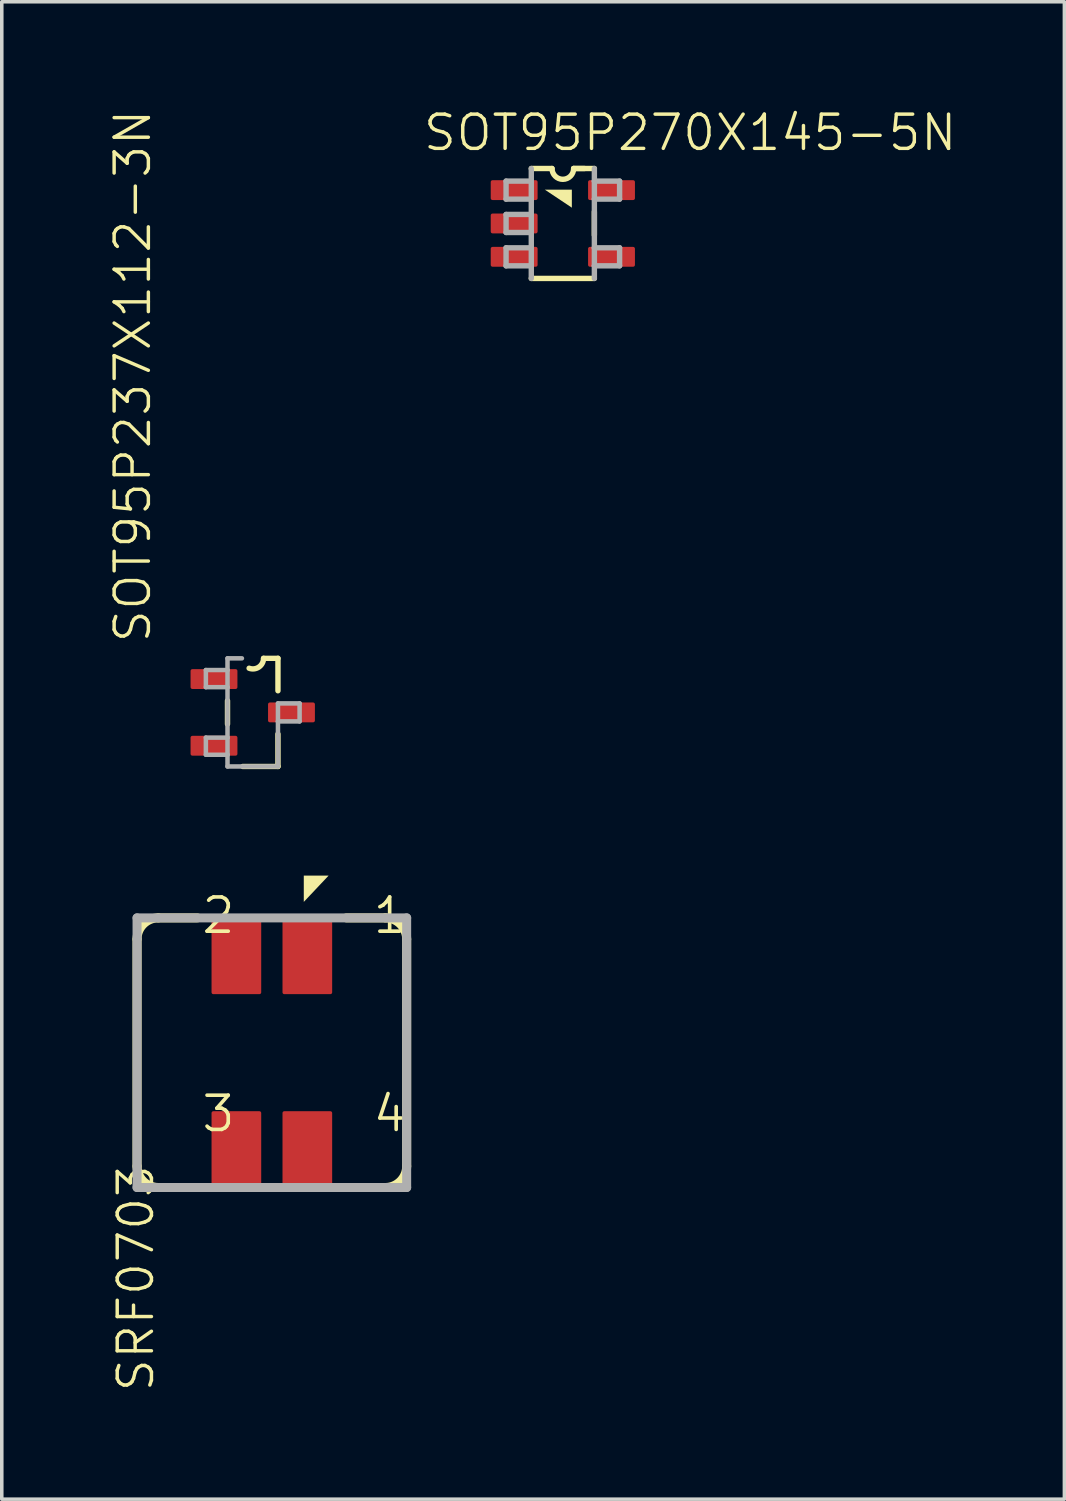
<source format=kicad_pcb>
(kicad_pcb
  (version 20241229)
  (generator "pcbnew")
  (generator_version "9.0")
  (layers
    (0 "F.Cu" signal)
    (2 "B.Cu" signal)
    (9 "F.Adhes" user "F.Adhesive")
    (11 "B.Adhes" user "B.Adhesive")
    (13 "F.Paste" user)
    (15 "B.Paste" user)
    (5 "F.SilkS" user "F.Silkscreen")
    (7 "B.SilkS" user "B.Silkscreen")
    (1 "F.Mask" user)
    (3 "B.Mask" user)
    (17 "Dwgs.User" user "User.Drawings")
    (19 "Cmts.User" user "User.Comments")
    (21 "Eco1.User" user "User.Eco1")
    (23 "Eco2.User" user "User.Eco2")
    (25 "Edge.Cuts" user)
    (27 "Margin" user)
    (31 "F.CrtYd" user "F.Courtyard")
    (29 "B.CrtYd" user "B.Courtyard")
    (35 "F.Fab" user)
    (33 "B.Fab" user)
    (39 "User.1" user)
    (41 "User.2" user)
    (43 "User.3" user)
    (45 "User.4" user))
  (footprint "SOT95P237X112-3N"
    (layer "F.Cu")
    (at 4.074 17.031)
    (property "Reference" "SOT95P237X112-3N" (at -2.819 -1.905 270) (layer "F.SilkS") (effects (font (size 0.965 0.965) (thickness 0.097)) (justify left bottom)))
    (attr through_hole)
    (fp_line (start -0.711 -0.33) (end -0.711 0.33) (stroke (width 0.152) (type solid)) (layer "F.SilkS"))
    (fp_line (start -0.279 1.524) (end 0.711 1.524) (stroke (width 0.152) (type solid)) (layer "F.SilkS"))
    (fp_line (start 0.711 -1.524) (end 0.305 -1.524) (stroke (width 0.152) (type solid)) (layer "F.SilkS"))
    (fp_line (start 0.711 -0.61) (end 0.711 -1.524) (stroke (width 0.152) (type solid)) (layer "F.SilkS"))
    (fp_line (start 0.711 1.524) (end 0.711 0.61) (stroke (width 0.152) (type solid)) (layer "F.SilkS"))
    (fp_arc (start 0.3048 -1.524) (mid 0.174323 -1.278521) (end -0.1016 -1.2446) (stroke (width 0.1524) (type solid)) (layer "F.SilkS"))
    (fp_line (start -1.321 -1.194) (end -1.321 -0.711) (stroke (width 0.127) (type solid)) (layer "F.Fab"))
    (fp_line (start -1.321 -0.711) (end -0.711 -0.711) (stroke (width 0.127) (type solid)) (layer "F.Fab"))
    (fp_line (start -1.321 0.711) (end -1.321 1.194) (stroke (width 0.127) (type solid)) (layer "F.Fab"))
    (fp_line (start -1.321 1.194) (end -0.711 1.194) (stroke (width 0.127) (type solid)) (layer "F.Fab"))
    (fp_line (start -0.711 -1.524) (end -0.711 -1.194) (stroke (width 0.127) (type solid)) (layer "F.Fab"))
    (fp_line (start -0.711 -1.194) (end -1.321 -1.194) (stroke (width 0.127) (type solid)) (layer "F.Fab"))
    (fp_line (start -0.711 -1.194) (end -0.711 -0.711) (stroke (width 0.127) (type solid)) (layer "F.Fab"))
    (fp_line (start -0.711 -0.711) (end -0.711 0.711) (stroke (width 0.127) (type solid)) (layer "F.Fab"))
    (fp_line (start -0.711 0.711) (end -1.321 0.711) (stroke (width 0.127) (type solid)) (layer "F.Fab"))
    (fp_line (start -0.711 1.194) (end -0.711 0.711) (stroke (width 0.127) (type solid)) (layer "F.Fab"))
    (fp_line (start -0.711 1.524) (end -0.711 1.194) (stroke (width 0.127) (type solid)) (layer "F.Fab"))
    (fp_line (start -0.711 1.524) (end 0.711 1.524) (stroke (width 0.127) (type solid)) (layer "F.Fab"))
    (fp_line (start -0.305 -1.524) (end -0.711 -1.524) (stroke (width 0.127) (type solid)) (layer "F.Fab"))
    (fp_line (start 0.711 0.254) (end 0.711 -0.254) (stroke (width 0.127) (type solid)) (layer "F.Fab"))
    (fp_line (start 0.711 0.254) (end 1.321 0.254) (stroke (width 0.127) (type solid)) (layer "F.Fab"))
    (fp_line (start 0.711 1.524) (end 0.711 0.254) (stroke (width 0.127) (type solid)) (layer "F.Fab"))
    (fp_line (start 1.321 -0.254) (end 0.711 -0.254) (stroke (width 0.127) (type solid)) (layer "F.Fab"))
    (fp_line (start 1.321 0.254) (end 1.321 -0.254) (stroke (width 0.127) (type solid)) (layer "F.Fab"))
    (pad "1" smd roundrect (at -1.092 -0.94) (size 1.321 0.559) (layers "F.Cu" "F.Mask" "F.Paste") (roundrect_rratio 0.091))
    (pad "2" smd roundrect (at -1.092 0.94) (size 1.321 0.559) (layers "F.Cu" "F.Mask" "F.Paste") (roundrect_rratio 0.091))
    (pad "3" smd roundrect (at 1.092 0) (size 1.321 0.559) (layers "F.Cu" "F.Mask" "F.Paste") (roundrect_rratio 0.091)))
  (footprint "SRF0703"
    (layer "F.Cu")
    (at 4.613 26.623)
    (property "Reference" "SRF0703" (at -4.4 3.1 90) (layer "F.SilkS") (effects (font (size 0.965 0.965) (thickness 0.097)) (justify right top)))
    (attr through_hole)
    (fp_line (start -3.8 -3.2) (end -3.8 3.2) (stroke (width 0.254) (type solid)) (layer "F.SilkS"))
    (fp_line (start -3.2 3.8) (end -2.1 3.8) (stroke (width 0.254) (type solid)) (layer "F.SilkS"))
    (fp_line (start -2.1 -3.8) (end -3.2 -3.8) (stroke (width 0.254) (type solid)) (layer "F.SilkS"))
    (fp_line (start 2.1 3.8) (end 3.2 3.8) (stroke (width 0.254) (type solid)) (layer "F.SilkS"))
    (fp_line (start 3.2 -3.8) (end 2.1 -3.8) (stroke (width 0.254) (type solid)) (layer "F.SilkS"))
    (fp_line (start 3.8 3.2) (end 3.8 -3.2) (stroke (width 0.254) (type solid)) (layer "F.SilkS"))
    (fp_arc (start -3.8 -3.2) (mid -3.624264 -3.624264) (end -3.2 -3.8) (stroke (width 0.254) (type solid)) (layer "F.SilkS"))
    (fp_arc (start -3.2 3.8) (mid -3.624264 3.624264) (end -3.8 3.2) (stroke (width 0.254) (type solid)) (layer "F.SilkS"))
    (fp_arc (start 3.2 -3.8) (mid 3.624264 -3.624264) (end 3.8 -3.2) (stroke (width 0.254) (type solid)) (layer "F.SilkS"))
    (fp_arc (start 3.8 3.2) (mid 3.624264 3.624264) (end 3.2 3.8) (stroke (width 0.254) (type solid)) (layer "F.SilkS"))
    (fp_poly (pts (xy 0.9 -4.25) (xy 0.9 -4.992) (xy 1.6 -4.992)) (stroke (width 0) (type solid)) (fill yes) (layer "F.SilkS"))
    (fp_line (start -3.8 -3.8) (end 3.8 -3.8) (stroke (width 0.254) (type solid)) (layer "F.Fab"))
    (fp_line (start -3.8 3.8) (end -3.8 -3.8) (stroke (width 0.254) (type solid)) (layer "F.Fab"))
    (fp_line (start 3.8 3.8) (end -3.8 3.8) (stroke (width 0.254) (type solid)) (layer "F.Fab"))
    (fp_line (start 3.8 3.8) (end 3.8 -3.8) (stroke (width 0.254) (type solid)) (layer "F.Fab"))
    (fp_text user "3" (at -2.032 2.286 180) (layer "F.SilkS") (effects (font (size 0.965 0.965) (thickness 0.102)) (justify left bottom)))
    (fp_text user "1" (at 2.794 -3.302 180) (layer "F.SilkS") (effects (font (size 0.965 0.965) (thickness 0.102)) (justify left bottom)))
    (fp_text user "2" (at -2.032 -3.302 180) (layer "F.SilkS") (effects (font (size 0.965 0.965) (thickness 0.102)) (justify left bottom)))
    (fp_text user "4" (at 2.794 2.286 180) (layer "F.SilkS") (effects (font (size 0.965 0.965) (thickness 0.102)) (justify left bottom)))
    (pad "1" smd roundrect (at 1 -2.7 90) (size 2.1 1.4) (layers "F.Cu" "F.Mask" "F.Paste") (roundrect_rratio 0.036))
    (pad "2" smd roundrect (at -1 -2.7 90) (size 2.1 1.4) (layers "F.Cu" "F.Mask" "F.Paste") (roundrect_rratio 0.036))
    (pad "3" smd roundrect (at -1 2.7 90) (size 2.1 1.4) (layers "F.Cu" "F.Mask" "F.Paste") (roundrect_rratio 0.036))
    (pad "4" smd roundrect (at 1 2.7 90) (size 2.1 1.4) (layers "F.Cu" "F.Mask" "F.Paste") (roundrect_rratio 0.036)))
  (footprint "SOT95P270X145-5N"
    (layer "F.Cu")
    (at 12.815 3.249)
    (property "Reference" "SOT95P270X145-5N" (at -3.988 -1.994 0) (layer "F.SilkS") (effects (font (size 0.965 0.965) (thickness 0.097)) (justify left bottom)))
    (attr through_hole)
    (fp_line (start -0.889 1.549) (end 0.889 1.549) (stroke (width 0.152) (type solid)) (layer "F.SilkS"))
    (fp_line (start -0.305 -1.549) (end -0.889 -1.549) (stroke (width 0.152) (type solid)) (layer "F.SilkS"))
    (fp_line (start 0.61 -1.549) (end 0.305 -1.549) (stroke (width 0.152) (type solid)) (layer "F.SilkS"))
    (fp_line (start 0.889 -1.549) (end 0.305 -1.549) (stroke (width 0.152) (type solid)) (layer "F.SilkS"))
    (fp_line (start 0.889 0.33) (end 0.889 -0.33) (stroke (width 0.152) (type solid)) (layer "F.SilkS"))
    (fp_arc (start 0.3048 -1.5494) (mid 0 -1.2446) (end -0.3048 -1.5494) (stroke (width 0.1524) (type solid)) (layer "F.SilkS"))
    (fp_poly (pts (xy -0.508 -0.953) (xy 0.254 -0.953) (xy 0.254 -0.445)) (stroke (width 0) (type solid)) (fill yes) (layer "F.SilkS"))
    (fp_line (start -1.6 -1.194) (end -1.6 -0.686) (stroke (width 0.152) (type solid)) (layer "F.Fab"))
    (fp_line (start -1.6 -0.686) (end -0.889 -0.686) (stroke (width 0.152) (type solid)) (layer "F.Fab"))
    (fp_line (start -1.6 -0.254) (end -1.6 0.254) (stroke (width 0.152) (type solid)) (layer "F.Fab"))
    (fp_line (start -1.6 0.254) (end -0.889 0.254) (stroke (width 0.152) (type solid)) (layer "F.Fab"))
    (fp_line (start -1.6 0.686) (end -1.6 1.194) (stroke (width 0.152) (type solid)) (layer "F.Fab"))
    (fp_line (start -1.6 1.194) (end -0.889 1.194) (stroke (width 0.152) (type solid)) (layer "F.Fab"))
    (fp_line (start -0.889 -1.549) (end -0.889 -1.194) (stroke (width 0.152) (type solid)) (layer "F.Fab"))
    (fp_line (start -0.889 -1.194) (end -1.6 -1.194) (stroke (width 0.152) (type solid)) (layer "F.Fab"))
    (fp_line (start -0.889 -1.194) (end -0.889 -0.686) (stroke (width 0.152) (type solid)) (layer "F.Fab"))
    (fp_line (start -0.889 -0.686) (end -0.889 -0.254) (stroke (width 0.152) (type solid)) (layer "F.Fab"))
    (fp_line (start -0.889 -0.254) (end -1.6 -0.254) (stroke (width 0.152) (type solid)) (layer "F.Fab"))
    (fp_line (start -0.889 -0.254) (end -0.889 0.254) (stroke (width 0.152) (type solid)) (layer "F.Fab"))
    (fp_line (start -0.889 0.254) (end -0.889 0.686) (stroke (width 0.152) (type solid)) (layer "F.Fab"))
    (fp_line (start -0.889 0.686) (end -1.6 0.686) (stroke (width 0.152) (type solid)) (layer "F.Fab"))
    (fp_line (start -0.889 1.194) (end -0.889 0.686) (stroke (width 0.152) (type solid)) (layer "F.Fab"))
    (fp_line (start -0.889 1.549) (end -0.889 1.194) (stroke (width 0.152) (type solid)) (layer "F.Fab"))
    (fp_line (start 0.889 -1.549) (end 0.889 -1.194) (stroke (width 0.152) (type solid)) (layer "F.Fab"))
    (fp_line (start 0.889 -1.194) (end 0.889 -0.686) (stroke (width 0.152) (type solid)) (layer "F.Fab"))
    (fp_line (start 0.889 -0.686) (end 1.6 -0.686) (stroke (width 0.152) (type solid)) (layer "F.Fab"))
    (fp_line (start 0.889 0.686) (end 0.889 -0.686) (stroke (width 0.152) (type solid)) (layer "F.Fab"))
    (fp_line (start 0.889 1.194) (end 0.889 0.686) (stroke (width 0.152) (type solid)) (layer "F.Fab"))
    (fp_line (start 0.889 1.194) (end 1.6 1.194) (stroke (width 0.152) (type solid)) (layer "F.Fab"))
    (fp_line (start 0.889 1.549) (end 0.889 1.194) (stroke (width 0.152) (type solid)) (layer "F.Fab"))
    (fp_line (start 1.6 -1.194) (end 0.889 -1.194) (stroke (width 0.152) (type solid)) (layer "F.Fab"))
    (fp_line (start 1.6 -0.686) (end 1.6 -1.194) (stroke (width 0.152) (type solid)) (layer "F.Fab"))
    (fp_line (start 1.6 0.686) (end 0.889 0.686) (stroke (width 0.152) (type solid)) (layer "F.Fab"))
    (fp_line (start 1.6 1.194) (end 1.6 0.686) (stroke (width 0.152) (type solid)) (layer "F.Fab"))
    (pad "1" smd roundrect (at -1.372 -0.94) (size 1.321 0.559) (layers "F.Cu" "F.Mask" "F.Paste") (roundrect_rratio 0.091))
    (pad "2" smd roundrect (at -1.372 0) (size 1.321 0.559) (layers "F.Cu" "F.Mask" "F.Paste") (roundrect_rratio 0.091))
    (pad "3" smd roundrect (at -1.372 0.94) (size 1.321 0.559) (layers "F.Cu" "F.Mask" "F.Paste") (roundrect_rratio 0.091))
    (pad "4" smd roundrect (at 1.372 0.94) (size 1.321 0.559) (layers "F.Cu" "F.Mask" "F.Paste") (roundrect_rratio 0.091))
    (pad "5" smd roundrect (at 1.372 -0.94) (size 1.321 0.559) (layers "F.Cu" "F.Mask" "F.Paste") (roundrect_rratio 0.091)))
  (gr_rect
    (start -3 -3)
    (end 26.953 39.208)
    (stroke (width 0.1) (type default))
    (fill no)
    (layer "Edge.Cuts")))
</source>
